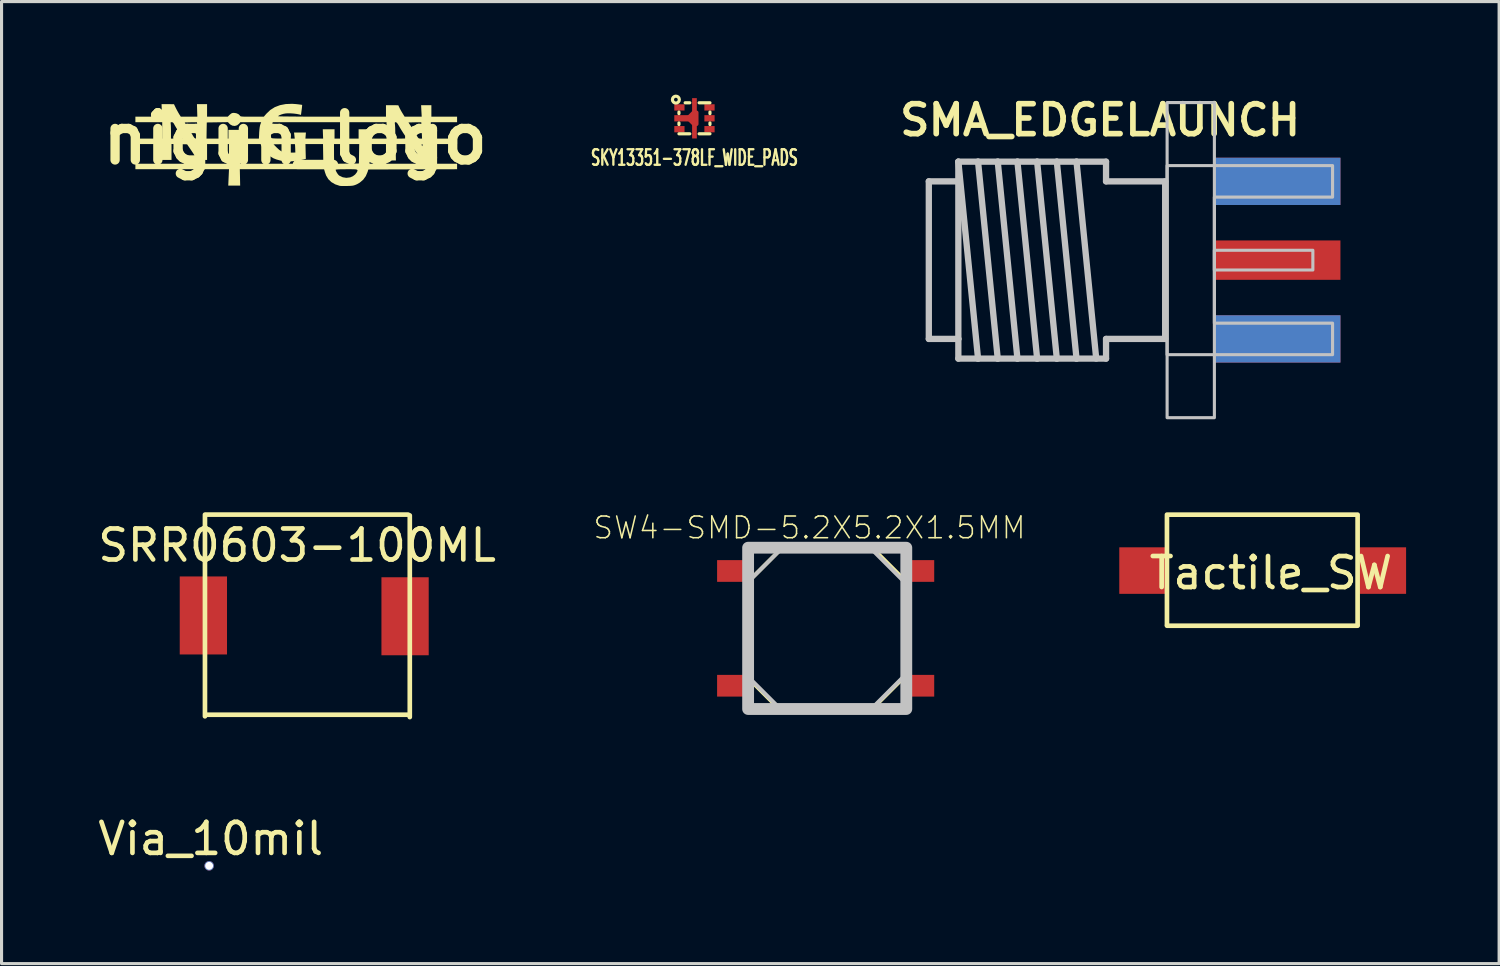
<source format=kicad_pcb>
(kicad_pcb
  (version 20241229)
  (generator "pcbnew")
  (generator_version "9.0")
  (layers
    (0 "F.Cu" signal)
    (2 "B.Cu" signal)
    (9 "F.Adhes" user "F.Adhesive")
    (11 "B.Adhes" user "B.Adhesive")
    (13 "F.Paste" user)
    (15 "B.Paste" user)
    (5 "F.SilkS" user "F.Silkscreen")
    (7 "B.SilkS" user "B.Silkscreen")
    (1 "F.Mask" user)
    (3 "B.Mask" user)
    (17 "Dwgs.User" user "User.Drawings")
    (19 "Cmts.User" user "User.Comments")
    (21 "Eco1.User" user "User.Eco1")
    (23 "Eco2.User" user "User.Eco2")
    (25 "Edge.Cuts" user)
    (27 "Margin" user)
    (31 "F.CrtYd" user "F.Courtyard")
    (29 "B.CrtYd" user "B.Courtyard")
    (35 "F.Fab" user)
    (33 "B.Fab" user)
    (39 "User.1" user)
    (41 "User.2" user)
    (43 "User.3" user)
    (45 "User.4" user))
  (footprint "SW4-SMD-5.2X5.2X1.5MM"
    (layer "F.Cu")
    (at 23.57 17.209)
    (property "Reference" "SW4-SMD-5.2X5.2X1.5MM" (at -0.522 -3.244 0) (layer "F.SilkS") (effects (font (size 0.7 0.7) (thickness 0.05))))
    (attr smd)
    (fp_line (start -2.6 1.46) (end -2.6 -1.396) (stroke (width 0.127) (type solid)) (layer "F.SilkS"))
    (fp_line (start -1.5 2.6) (end -2.4 1.7) (stroke (width 0.127) (type solid)) (layer "F.SilkS"))
    (fp_line (start -1.46 2.6) (end -1.5 2.6) (stroke (width 0.127) (type solid)) (layer "F.SilkS"))
    (fp_line (start -1.4 -2.6) (end -2.4 -1.6) (stroke (width 0.127) (type solid)) (layer "F.SilkS"))
    (fp_line (start -1.4 -2.6) (end 1.5 -2.6) (stroke (width 0.127) (type solid)) (layer "F.SilkS"))
    (fp_line (start -1.1 2.6) (end -1.46 2.6) (stroke (width 0.127) (type solid)) (layer "F.SilkS"))
    (fp_line (start 1.5 -2.6) (end 2.4 -1.7) (stroke (width 0.127) (type solid)) (layer "F.SilkS"))
    (fp_line (start 1.5 2.6) (end -1.1 2.6) (stroke (width 0.127) (type solid)) (layer "F.SilkS"))
    (fp_line (start 1.5 2.6) (end 2.4 1.7) (stroke (width 0.127) (type solid)) (layer "F.SilkS"))
    (fp_line (start 2.6 -1.434) (end 2.6 1.469) (stroke (width 0.127) (type solid)) (layer "F.SilkS"))
    (fp_line (start -2.6 -1.396) (end -1.396 -2.6) (stroke (width 0.127) (type solid)) (layer "Dwgs.User"))
    (fp_line (start -1.46 2.6) (end -2.6 1.46) (stroke (width 0.127) (type solid)) (layer "Dwgs.User"))
    (fp_line (start 1.434 -2.6) (end 2.6 -1.434) (stroke (width 0.127) (type solid)) (layer "Dwgs.User"))
    (fp_line (start 2.6 1.469) (end 1.469 2.6) (stroke (width 0.127) (type solid)) (layer "Dwgs.User"))
    (fp_poly (pts (xy -2.5 -2.6) (xy 2.6 -2.6) (xy 2.6 2.6) (xy -2.5 2.6)) (stroke (width 0.381) (type solid)) (fill no) (layer "Dwgs.User"))
    (pad "1" smd rect (at -3 -1.85) (size 1 0.7) (layers "F.Cu" "F.Mask" "F.Paste"))
    (pad "2" smd rect (at 3 -1.85) (size 1 0.7) (layers "F.Cu" "F.Mask" "F.Paste"))
    (pad "3" smd rect (at -3 1.85) (size 1 0.7) (layers "F.Cu" "F.Mask" "F.Paste"))
    (pad "4" smd rect (at 3 1.85) (size 1 0.7) (layers "F.Cu" "F.Mask" "F.Paste")))
  (footprint "SKY13351-378LF_WIDE_PADS"
    (layer "F.Cu")
    (at 19.34 0.764)
    (property "Reference" "SKY13351-378LF_WIDE_PADS" (at 0 1.27 0) (layer "F.SilkS") (effects (font (size 0.5 0.3) (thickness 0.076))))
    (attr through_hole)
    (fp_line (start -0.5 -0.201) (end -0.5 -0.15) (stroke (width 0.102) (type solid)) (layer "F.SilkS"))
    (fp_line (start -0.5 0.15) (end -0.5 0.201) (stroke (width 0.102) (type solid)) (layer "F.SilkS"))
    (fp_line (start -0.5 0.5) (end -0.15 0.5) (stroke (width 0.102) (type solid)) (layer "F.SilkS"))
    (fp_line (start -0.15 -0.5) (end -0.3 -0.5) (stroke (width 0.102) (type solid)) (layer "F.SilkS"))
    (fp_line (start 0.15 0.5) (end 0.5 0.5) (stroke (width 0.102) (type solid)) (layer "F.SilkS"))
    (fp_line (start 0.5 -0.5) (end 0.15 -0.5) (stroke (width 0.102) (type solid)) (layer "F.SilkS"))
    (fp_line (start 0.5 -0.15) (end 0.5 -0.201) (stroke (width 0.102) (type solid)) (layer "F.SilkS"))
    (fp_line (start 0.5 0.201) (end 0.5 0.15) (stroke (width 0.102) (type solid)) (layer "F.SilkS"))
    (fp_circle (center -0.599 -0.602) (end -0.5 -0.551) (stroke (width 0.102) (type solid)) (fill no) (layer "F.SilkS"))
    (pad "1" smd rect (at -0.485 -0.351) (size 0.33 0.203) (layers "F.Cu" "F.Mask" "F.Paste"))
    (pad "2" smd rect (at -0.325 0) (size 0.65 0.203) (layers "F.Cu" "F.Mask" "F.Paste"))
    (pad "2" smd oval (at -0.109 -0.089 315) (size 0.15 0.399) (layers "F.Cu" "F.Mask" "F.Paste"))
    (pad "2" smd oval (at -0.099 0.089 45) (size 0.15 0.399) (layers "F.Cu" "F.Mask" "F.Paste"))
    (pad "2" smd rect (at 0 0) (size 0.152 1.3) (layers "F.Cu" "F.Mask" "F.Paste"))
    (pad "2" smd oval (at 0.066 0) (size 0.13 0.5) (layers "F.Cu" "F.Mask" "F.Paste"))
    (pad "3" smd rect (at -0.485 0.351) (size 0.33 0.203) (layers "F.Cu" "F.Mask" "F.Paste"))
    (pad "4" smd rect (at 0.485 0.351) (size 0.33 0.203) (layers "F.Cu" "F.Mask" "F.Paste"))
    (pad "5" smd rect (at 0.485 0) (size 0.33 0.203) (layers "F.Cu" "F.Mask" "F.Paste"))
    (pad "6" smd rect (at 0.485 -0.351) (size 0.33 0.203) (layers "F.Cu" "F.Mask" "F.Paste")))
  (footprint "SRR0603-100ML"
    (layer "F.Cu")
    (at 6.53 16.895)
    (property "Reference" "SRR0603-100ML" (at 0 -2.362 0) (layer "F.SilkS") (effects (font (size 1 1) (thickness 0.15))))
    (attr smd)
    (fp_line (start -2.972 3.15) (end -2.972 -3.353) (stroke (width 0.15) (type solid)) (layer "F.SilkS"))
    (fp_line (start -2.921 -3.353) (end 3.581 -3.353) (stroke (width 0.15) (type solid)) (layer "F.SilkS"))
    (fp_line (start -2.896 3.099) (end 3.607 3.099) (stroke (width 0.15) (type solid)) (layer "F.SilkS"))
    (fp_line (start 3.632 3.175) (end 3.632 -3.327) (stroke (width 0.15) (type solid)) (layer "F.SilkS"))
    (pad "1" smd rect (at -3.023 -0.102) (size 1.524 2.515) (layers "F.Cu" "F.Mask" "F.Paste"))
    (pad "2" smd rect (at 3.48 -0.076) (size 1.524 2.515) (layers "F.Cu" "F.Mask" "F.Paste")))
  (footprint "Via_10mil"
    (layer "F.Cu")
    (at 3.744 23.493)
    (property "Reference" "Via_10mil" (at 0 0.5 0) (layer "F.SilkS") (effects (font (size 1 1) (thickness 0.15))))
    (attr through_hole)
    (pad "1" thru_hole circle (at -0.051 1.372) (size 0.305 0.305) (drill 0.254) (layers "*.Cu")))
  (footprint "nigun_logo"
    (layer "F.Cu")
    (at 6.466 1.418)
    (property "Reference" "nigun_logo" (at 0 0 0) (layer "F.SilkS") (effects (font (size 1.524 1.524) (thickness 0.3))))
    (attr through_hole)
    (fp_poly (pts (xy 0.03 -1.112) (xy 0.108 -1.103) (xy 0.171 -1.095) (xy 0.213 -1.089) (xy 0.225 -1.086) (xy 0.225 -1.067) (xy 0.221 -1.022) (xy 0.214 -0.958) (xy 0.209 -0.922) (xy 0.188 -0.763) (xy 0.134 -0.778) (xy 0.052 -0.794) (xy -0.048 -0.807) (xy -0.154 -0.814) (xy -0.25 -0.814) (xy -0.308 -0.81) (xy -0.379 -0.797) (xy -0.446 -0.777) (xy -0.502 -0.755) (xy -0.538 -0.734) (xy -0.547 -0.721) (xy -0.53 -0.718) (xy -0.479 -0.716) (xy -0.399 -0.714) (xy -0.29 -0.713) (xy -0.155 -0.711) (xy 0.003 -0.71) (xy 0.181 -0.708) (xy 0.379 -0.707) (xy 0.593 -0.706) (xy 0.821 -0.706) (xy 1.06 -0.706) (xy 1.191 -0.706) (xy 2.928 -0.706) (xy 2.928 -1.076) (xy 3.325 -1.075) (xy 3.364 -0.991) (xy 3.395 -0.93) (xy 3.436 -0.858) (xy 3.467 -0.807) (xy 3.53 -0.706) (xy 4.08 -0.706) (xy 4.07 -0.891) (xy 4.061 -1.076) (xy 4.392 -1.076) (xy 4.392 -0.706) (xy 5.221 -0.706) (xy 5.221 -0.529) (xy 4.374 -0.529) (xy 4.374 0) (xy 5.221 0) (xy 5.221 0.176) (xy 4.802 0.176) (xy 4.383 0.176) (xy 4.395 0.706) (xy 4.228 0.706) (xy 4.148 0.705) (xy 4.096 0.701) (xy 4.067 0.694) (xy 4.052 0.682) (xy 4.049 0.676) (xy 4.036 0.652) (xy 4.007 0.604) (xy 3.966 0.538) (xy 3.916 0.46) (xy 3.884 0.412) (xy 3.743 0.196) (xy 4.078 0.196) (xy 4.084 0.224) (xy 4.096 0.246) (xy 4.102 0.235) (xy 4.105 0.224) (xy 4.107 0.191) (xy 4.103 0.181) (xy 4.086 0.177) (xy 4.078 0.196) (xy 3.743 0.196) (xy 3.731 0.177) (xy 3.484 0.177) (xy 3.236 0.176) (xy 3.243 0.441) (xy 3.249 0.706) (xy 2.928 0.706) (xy 2.928 0.176) (xy 2.399 0.176) (xy 2.399 0.811) (xy 5.221 0.811) (xy 5.221 0.988) (xy 3.79 0.992) (xy 2.359 0.997) (xy 2.337 1.071) (xy 2.278 1.21) (xy 2.192 1.328) (xy 2.08 1.422) (xy 1.994 1.471) (xy 1.94 1.494) (xy 1.893 1.51) (xy 1.842 1.52) (xy 1.779 1.525) (xy 1.691 1.528) (xy 1.676 1.528) (xy 1.592 1.529) (xy 1.518 1.529) (xy 1.463 1.527) (xy 1.438 1.524) (xy 1.288 1.474) (xy 1.166 1.402) (xy 1.069 1.308) (xy 0.998 1.19) (xy 0.962 1.089) (xy 0.938 1.006) (xy 1.305 1.006) (xy 1.316 1.045) (xy 1.343 1.096) (xy 1.377 1.148) (xy 1.412 1.186) (xy 1.42 1.193) (xy 1.533 1.247) (xy 1.65 1.266) (xy 1.771 1.251) (xy 1.773 1.251) (xy 1.858 1.215) (xy 1.932 1.16) (xy 1.983 1.096) (xy 1.984 1.094) (xy 2.002 1.059) (xy 2.011 1.033) (xy 2.008 1.014) (xy 1.99 1.001) (xy 1.952 0.993) (xy 1.89 0.989) (xy 1.802 0.988) (xy 1.683 0.988) (xy 1.658 0.988) (xy 1.521 0.989) (xy 1.416 0.991) (xy 1.346 0.996) (xy 1.31 1.002) (xy 1.305 1.006) (xy 0.938 1.006) (xy 0.932 0.988) (xy -1.784 0.988) (xy -1.778 1.252) (xy -1.773 1.517) (xy -1.965 1.517) (xy -2.157 1.517) (xy -2.145 1.252) (xy -2.133 0.988) (xy -5.151 0.988) (xy -5.151 0.811) (xy -2.134 0.811) (xy -2.134 0.176) (xy -1.782 0.176) (xy -1.782 0.811) (xy -0.437 0.811) (xy 0.908 0.811) (xy 0.898 0.176) (xy 1.252 0.176) (xy 1.253 0.454) (xy 1.253 0.553) (xy 1.255 0.641) (xy 1.258 0.712) (xy 1.262 0.759) (xy 1.264 0.772) (xy 1.274 0.812) (xy 1.665 0.807) (xy 2.055 0.803) (xy 2.06 0.489) (xy 2.065 0.176) (xy 1.252 0.176) (xy 0.898 0.176) (xy 0.332 0.176) (xy 0.344 0.654) (xy 0.28 0.671) (xy 0.213 0.686) (xy 0.124 0.702) (xy 0.025 0.716) (xy -0.073 0.729) (xy -0.159 0.737) (xy -0.22 0.74) (xy -0.344 0.731) (xy -0.478 0.708) (xy -0.605 0.673) (xy -0.699 0.636) (xy -0.811 0.569) (xy -0.918 0.476) (xy -1.01 0.368) (xy -1.065 0.277) (xy -1.111 0.185) (xy -0.697 0.185) (xy -0.589 0.294) (xy -0.514 0.363) (xy -0.443 0.41) (xy -0.366 0.438) (xy -0.273 0.451) (xy -0.155 0.453) (xy -0.151 0.453) (xy 0.006 0.45) (xy 0.002 0.318) (xy -0.001 0.254) (xy -0.004 0.205) (xy -0.007 0.181) (xy -0.008 0.181) (xy -0.026 0.179) (xy -0.074 0.179) (xy -0.147 0.179) (xy -0.238 0.179) (xy -0.343 0.18) (xy -0.355 0.18) (xy -0.697 0.185) (xy -1.111 0.185) (xy -1.115 0.176) (xy -1.782 0.176) (xy -2.134 0.176) (xy -2.84 0.176) (xy -2.84 0.688) (xy -3.17 0.688) (xy -3.2 0.622) (xy -3.222 0.581) (xy -3.259 0.52) (xy -3.306 0.447) (xy -3.357 0.37) (xy -3.477 0.195) (xy -3.153 0.195) (xy -3.147 0.214) (xy -3.134 0.227) (xy -3.126 0.214) (xy -3.126 0.187) (xy -3.129 0.181) (xy -3.146 0.177) (xy -3.153 0.195) (xy -3.477 0.195) (xy -3.484 0.185) (xy -3.735 0.18) (xy -3.986 0.175) (xy -3.986 0.688) (xy -4.308 0.688) (xy -4.301 0.432) (xy -4.293 0.176) (xy -5.151 0.176) (xy -5.151 0) (xy -4.286 0) (xy -4.286 -0.505) (xy -4.016 -0.505) (xy -4.015 -0.501) (xy -4.011 -0.474) (xy -4.007 -0.419) (xy -4.005 -0.343) (xy -4.004 -0.255) (xy -4.004 -0.237) (xy -4.004 0) (xy -3.617 0) (xy -3.737 -0.19) (xy -3.787 -0.27) (xy -3.834 -0.347) (xy -3.872 -0.411) (xy -3.896 -0.454) (xy -3.925 -0.503) (xy -3.948 -0.52) (xy -3.561 -0.52) (xy -3.464 -0.37) (xy -3.414 -0.291) (xy -3.362 -0.207) (xy -3.318 -0.133) (xy -3.305 -0.11) (xy -3.27 -0.052) (xy -3.244 -0.019) (xy -3.219 -0.004) (xy -3.189 0) (xy -3.135 0) (xy -2.858 0) (xy -2.152 0) (xy -2.152 -0.282) (xy -1.772 -0.282) (xy -1.785 0) (xy -1.169 0) (xy -1.162 -0.132) (xy -0.783 -0.132) (xy -0.78 -0.067) (xy -0.771 -0.025) (xy -0.769 -0.02) (xy -0.749 -0.012) (xy -0.701 -0.007) (xy -0.622 -0.003) (xy -0.511 -0.001) (xy -0.385 0) (xy -0.013 0) (xy -0.024 -0.097) (xy -0.036 -0.194) (xy 0.347 -0.194) (xy 0.339 -0.097) (xy 0.331 0) (xy 0.902 0) (xy 0.896 -0.15) (xy 0.891 -0.3) (xy 1.08 -0.3) (xy 1.27 -0.3) (xy 1.27 0) (xy 2.046 0) (xy 2.046 -0.3) (xy 2.418 -0.3) (xy 2.394 0) (xy 2.946 0) (xy 2.946 -0.506) (xy 3.212 -0.506) (xy 3.217 -0.463) (xy 3.221 -0.418) (xy 3.225 -0.348) (xy 3.227 -0.264) (xy 3.228 -0.198) (xy 3.228 0) (xy 3.414 0) (xy 3.499 -0.001) (xy 3.554 -0.004) (xy 3.582 -0.01) (xy 3.588 -0.019) (xy 3.587 -0.022) (xy 3.572 -0.046) (xy 3.543 -0.092) (xy 3.505 -0.15) (xy 3.487 -0.176) (xy 3.438 -0.254) (xy 3.387 -0.337) (xy 3.345 -0.41) (xy 3.34 -0.419) (xy 3.3 -0.484) (xy 3.268 -0.519) (xy 3.264 -0.52) (xy 3.653 -0.52) (xy 3.768 -0.344) (xy 3.818 -0.265) (xy 3.867 -0.188) (xy 3.906 -0.122) (xy 3.928 -0.084) (xy 3.958 -0.034) (xy 3.984 -0.009) (xy 4.015 -0.001) (xy 4.033 0) (xy 4.091 0) (xy 4.08 -0.26) (xy 4.076 -0.352) (xy 4.072 -0.43) (xy 4.069 -0.489) (xy 4.066 -0.521) (xy 4.066 -0.525) (xy 4.048 -0.527) (xy 4.001 -0.527) (xy 3.934 -0.527) (xy 3.857 -0.525) (xy 3.653 -0.52) (xy 3.264 -0.52) (xy 3.242 -0.529) (xy 3.219 -0.525) (xy 3.212 -0.506) (xy 2.946 -0.506) (xy 2.946 -0.529) (xy -0.722 -0.529) (xy -0.753 -0.428) (xy -0.766 -0.368) (xy -0.775 -0.292) (xy -0.781 -0.21) (xy -0.783 -0.132) (xy -1.162 -0.132) (xy -1.16 -0.19) (xy -1.153 -0.28) (xy -1.143 -0.364) (xy -1.13 -0.43) (xy -1.123 -0.454) (xy -1.095 -0.529) (xy -1.766 -0.529) (xy -1.81 -0.477) (xy -1.872 -0.428) (xy -1.946 -0.407) (xy -2.023 -0.417) (xy -2.094 -0.455) (xy -2.118 -0.478) (xy -2.167 -0.53) (xy -2.508 -0.525) (xy -2.849 -0.52) (xy -2.854 -0.26) (xy -2.858 0) (xy -3.135 0) (xy -3.148 -0.26) (xy -3.153 -0.352) (xy -3.158 -0.43) (xy -3.162 -0.489) (xy -3.165 -0.521) (xy -3.166 -0.525) (xy -3.184 -0.527) (xy -3.23 -0.527) (xy -3.297 -0.527) (xy -3.366 -0.525) (xy -3.561 -0.52) (xy -3.948 -0.52) (xy -3.954 -0.525) (xy -3.98 -0.529) (xy -4.012 -0.524) (xy -4.016 -0.505) (xy -4.286 -0.505) (xy -4.286 -0.529) (xy -5.151 -0.529) (xy -5.151 -0.706) (xy -4.723 -0.706) (xy -4.295 -0.706) (xy -4.307 -1.111) (xy -4.107 -1.11) (xy -3.907 -1.109) (xy -3.85 -0.991) (xy -3.812 -0.917) (xy -3.771 -0.843) (xy -3.74 -0.789) (xy -3.686 -0.706) (xy -3.154 -0.706) (xy -3.16 -0.908) (xy -3.166 -1.111) (xy -2.84 -1.111) (xy -2.84 -0.706) (xy -2.173 -0.706) (xy -2.111 -0.767) (xy -2.065 -0.807) (xy -2.022 -0.825) (xy -1.976 -0.829) (xy -1.898 -0.818) (xy -1.83 -0.789) (xy -1.785 -0.747) (xy -1.781 -0.741) (xy -1.774 -0.729) (xy -1.761 -0.72) (xy -1.739 -0.714) (xy -1.702 -0.71) (xy -1.647 -0.707) (xy -1.569 -0.706) (xy -1.463 -0.706) (xy -1.386 -0.706) (xy -1.01 -0.706) (xy -0.928 -0.801) (xy -0.803 -0.921) (xy -0.657 -1.013) (xy -0.49 -1.077) (xy -0.304 -1.113) (xy -0.099 -1.121) (xy 0.03 -1.112)) (stroke (width 0.001) (type solid)) (fill yes) (layer "F.SilkS")))
  (footprint "Tactile_SW"
    (placed yes)
    (layer "F.Cu")
    (at 38.003 15.346)
    (property "Reference" "Tactile_SW" (at -0.076 0.076 0) (layer "F.SilkS") (effects (font (size 1 1) (thickness 0.15))))
    (attr through_hole)
    (fp_line (start -3.429 -1.753) (end -3.429 1.747) (stroke (width 0.15) (type solid)) (layer "F.SilkS"))
    (fp_line (start 2.718 -1.803) (end -3.429 -1.803) (stroke (width 0.15) (type solid)) (layer "F.SilkS"))
    (fp_line (start 2.718 -1.753) (end 2.718 1.747) (stroke (width 0.15) (type solid)) (layer "F.SilkS"))
    (fp_line (start 2.718 1.778) (end -3.429 1.778) (stroke (width 0.15) (type solid)) (layer "F.SilkS"))
    (pad "1" smd rect (at 3.531 0) (size 1.5 1.5) (layers "F.Cu" "F.Mask" "F.Paste"))
    (pad "2" smd rect (at -4.216 0) (size 1.5 1.5) (layers "F.Cu" "F.Mask" "F.Paste")))
  (footprint "SMA_EDGELAUNCH"
    (layer "F.Cu")
    (at 36.103 5.337)
    (property "Reference" "SMA_EDGELAUNCH" (at 2.87 -5.08 0) (layer "F.SilkS") (effects (font (size 0.965 0.965) (thickness 0.183)) (justify right top)))
    (attr through_hole)
    (fp_line (start -9.207 -2.54) (end -8.255 -2.54) (stroke (width 0.203) (type solid)) (layer "Dwgs.User"))
    (fp_line (start -9.207 2.54) (end -9.207 -2.54) (stroke (width 0.203) (type solid)) (layer "Dwgs.User"))
    (fp_line (start -8.255 -3.175) (end -7.62 -3.175) (stroke (width 0.203) (type solid)) (layer "Dwgs.User"))
    (fp_line (start -8.255 -3.175) (end -7.62 3.175) (stroke (width 0.203) (type solid)) (layer "Dwgs.User"))
    (fp_line (start -8.255 -2.54) (end -8.255 -3.175) (stroke (width 0.203) (type solid)) (layer "Dwgs.User"))
    (fp_line (start -8.255 -2.54) (end -8.255 2.54) (stroke (width 0.203) (type solid)) (layer "Dwgs.User"))
    (fp_line (start -8.255 2.54) (end -9.207 2.54) (stroke (width 0.203) (type solid)) (layer "Dwgs.User"))
    (fp_line (start -8.255 3.175) (end -8.255 2.54) (stroke (width 0.203) (type solid)) (layer "Dwgs.User"))
    (fp_line (start -7.62 -3.175) (end -6.985 -3.175) (stroke (width 0.203) (type solid)) (layer "Dwgs.User"))
    (fp_line (start -7.62 -3.175) (end -6.985 3.175) (stroke (width 0.203) (type solid)) (layer "Dwgs.User"))
    (fp_line (start -7.62 3.175) (end -8.255 3.175) (stroke (width 0.203) (type solid)) (layer "Dwgs.User"))
    (fp_line (start -6.985 -3.175) (end -6.35 -3.175) (stroke (width 0.203) (type solid)) (layer "Dwgs.User"))
    (fp_line (start -6.985 -3.175) (end -6.35 3.175) (stroke (width 0.203) (type solid)) (layer "Dwgs.User"))
    (fp_line (start -6.985 3.175) (end -7.62 3.175) (stroke (width 0.203) (type solid)) (layer "Dwgs.User"))
    (fp_line (start -6.35 -3.175) (end -5.715 -3.175) (stroke (width 0.203) (type solid)) (layer "Dwgs.User"))
    (fp_line (start -6.35 -3.175) (end -5.715 3.175) (stroke (width 0.203) (type solid)) (layer "Dwgs.User"))
    (fp_line (start -6.35 3.175) (end -6.985 3.175) (stroke (width 0.203) (type solid)) (layer "Dwgs.User"))
    (fp_line (start -5.715 -3.175) (end -5.08 -3.175) (stroke (width 0.203) (type solid)) (layer "Dwgs.User"))
    (fp_line (start -5.715 -3.175) (end -5.08 3.175) (stroke (width 0.203) (type solid)) (layer "Dwgs.User"))
    (fp_line (start -5.715 3.175) (end -6.35 3.175) (stroke (width 0.203) (type solid)) (layer "Dwgs.User"))
    (fp_line (start -5.08 -3.175) (end -4.445 -3.175) (stroke (width 0.203) (type solid)) (layer "Dwgs.User"))
    (fp_line (start -5.08 -3.175) (end -4.445 3.175) (stroke (width 0.203) (type solid)) (layer "Dwgs.User"))
    (fp_line (start -5.08 3.175) (end -5.715 3.175) (stroke (width 0.203) (type solid)) (layer "Dwgs.User"))
    (fp_line (start -4.445 -3.175) (end -3.81 3.175) (stroke (width 0.203) (type solid)) (layer "Dwgs.User"))
    (fp_line (start -4.445 -3.175) (end -3.493 -3.175) (stroke (width 0.203) (type solid)) (layer "Dwgs.User"))
    (fp_line (start -4.445 3.175) (end -5.08 3.175) (stroke (width 0.203) (type solid)) (layer "Dwgs.User"))
    (fp_line (start -3.493 -3.175) (end -3.493 -2.54) (stroke (width 0.203) (type solid)) (layer "Dwgs.User"))
    (fp_line (start -3.493 -2.54) (end -1.587 -2.54) (stroke (width 0.203) (type solid)) (layer "Dwgs.User"))
    (fp_line (start -3.493 2.54) (end -3.493 3.175) (stroke (width 0.203) (type solid)) (layer "Dwgs.User"))
    (fp_line (start -3.493 3.175) (end -4.445 3.175) (stroke (width 0.203) (type solid)) (layer "Dwgs.User"))
    (fp_line (start -1.587 -2.54) (end -1.587 2.54) (stroke (width 0.203) (type solid)) (layer "Dwgs.User"))
    (fp_line (start -1.587 2.54) (end -3.493 2.54) (stroke (width 0.203) (type solid)) (layer "Dwgs.User"))
    (fp_poly (pts (xy -1.524 -5.08) (xy 0 -5.08) (xy 0 5.08) (xy -1.524 5.08)) (stroke (width 0.1) (type solid)) (fill no) (layer "Dwgs.User"))
    (fp_poly (pts (xy 0 0.318) (xy 3.175 0.318) (xy 3.175 -0.318) (xy 0 -0.318)) (stroke (width 0.1) (type solid)) (fill no) (layer "Dwgs.User"))
    (fp_poly (pts (xy -1.524 -3.048) (xy 3.81 -3.048) (xy 3.81 -2.032) (xy 0 -2.032) (xy 0 2.032) (xy 3.81 2.032) (xy 3.81 3.048) (xy -1.524 3.048)) (stroke (width 0.1) (type solid)) (fill no) (layer "Dwgs.User"))
    (fp_text user "" (at 5.265 3.739 0) (layer "F.SilkS") (effects (font (size 0.965 0.965) (thickness 0.183))))
    (pad "GND@" smd rect (at 2.032 -2.54 90) (size 1.524 4.064) (layers "F.Cu" "F.Mask" "F.Paste"))
    (pad "GND@" smd rect (at 2.032 -2.54 90) (size 1.524 4.064) (layers "B.Cu"))
    (pad "GND@" smd rect (at 2.032 2.54 90) (size 1.524 4.064) (layers "F.Cu" "F.Mask" "F.Paste"))
    (pad "GND@" smd rect (at 2.032 2.54 90) (size 1.524 4.064) (layers "B.Cu"))
    (pad "P" smd rect (at 2.032 0 90) (size 1.27 4.064) (layers "F.Cu" "F.Mask" "F.Paste")))
  (gr_rect
    (start -3 -3)
    (end 45.283 28.017)
    (stroke (width 0.1) (type default))
    (fill no)
    (layer "Edge.Cuts")))
</source>
